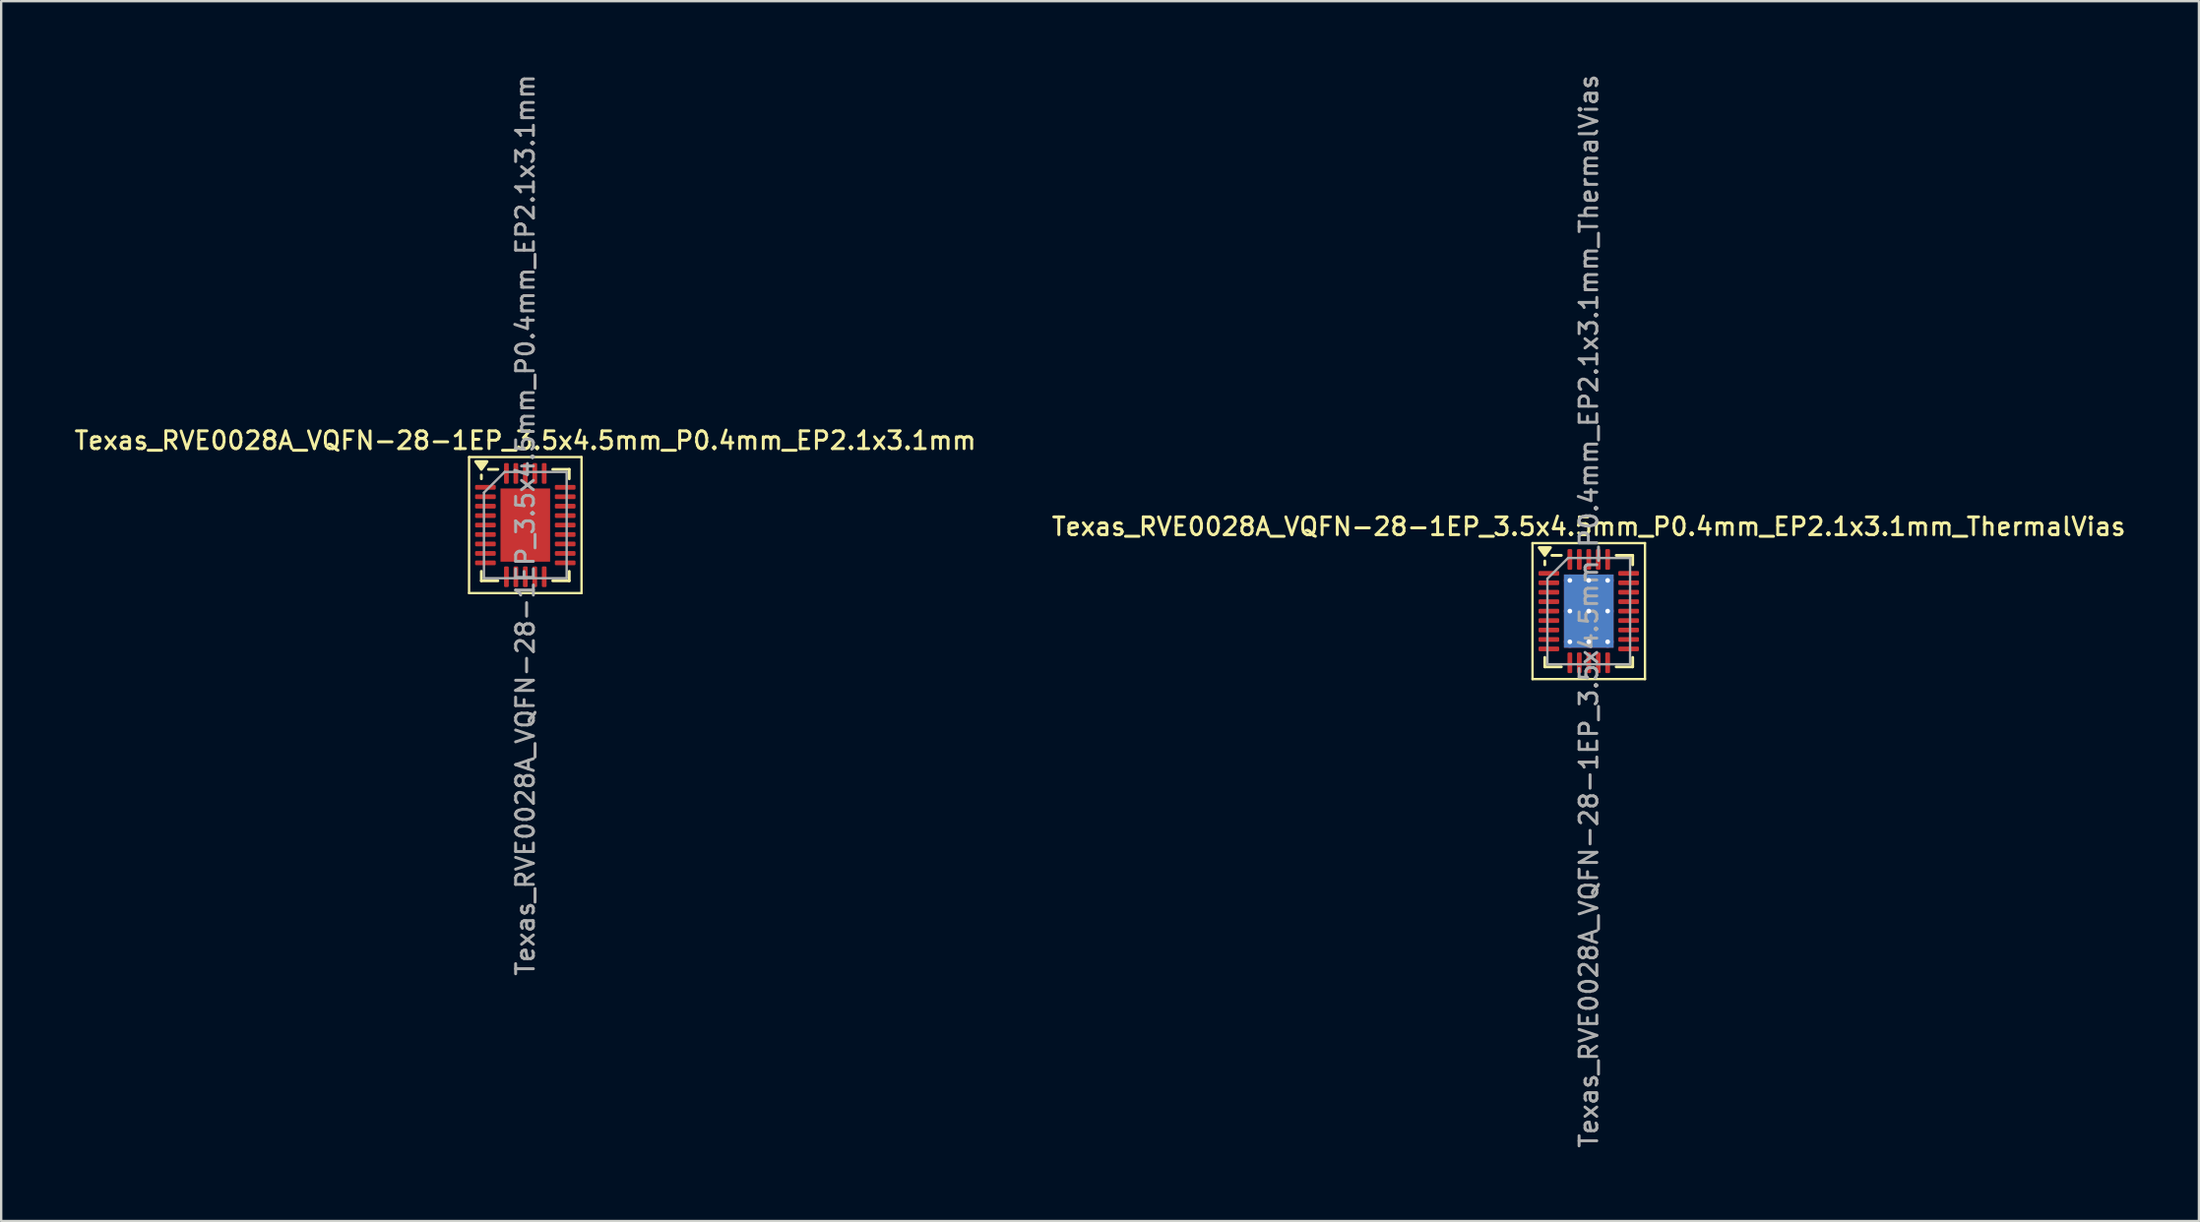
<source format=kicad_pcb>
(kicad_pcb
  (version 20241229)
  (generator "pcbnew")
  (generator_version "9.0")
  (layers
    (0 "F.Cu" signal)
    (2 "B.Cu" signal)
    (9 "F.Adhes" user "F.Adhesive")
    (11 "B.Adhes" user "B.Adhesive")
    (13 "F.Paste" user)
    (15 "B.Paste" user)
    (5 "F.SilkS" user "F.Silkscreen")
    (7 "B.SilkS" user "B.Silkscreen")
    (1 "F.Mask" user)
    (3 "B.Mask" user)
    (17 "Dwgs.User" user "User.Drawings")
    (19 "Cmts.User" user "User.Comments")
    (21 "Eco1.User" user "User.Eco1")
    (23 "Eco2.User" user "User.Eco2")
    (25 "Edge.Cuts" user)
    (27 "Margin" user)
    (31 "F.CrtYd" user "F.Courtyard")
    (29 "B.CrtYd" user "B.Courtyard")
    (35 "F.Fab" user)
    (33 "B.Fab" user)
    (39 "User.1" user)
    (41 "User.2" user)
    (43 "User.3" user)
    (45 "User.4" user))
  (footprint "Texas_RVE0028A_VQFN-28-1EP_3.5x4.5mm_P0.4mm_EP2.1x3.1mm"
    (layer "F.Cu")
    (at 19.184 19.184)
    (property "Reference" "Texas_RVE0028A_VQFN-28-1EP_3.5x4.5mm_P0.4mm_EP2.1x3.1mm" (at 0 -3.58 0) (layer "F.SilkS") (effects (font (size 0.75 0.75) (thickness 0.125))))
    (attr smd)
    (fp_line (start -2.38 -2.88) (end -2.38 2.88) (stroke (width 0.1) (type solid)) (layer "F.SilkS"))
    (fp_line (start -2.38 2.88) (end 2.38 2.88) (stroke (width 0.1) (type solid)) (layer "F.SilkS"))
    (fp_line (start -1.86 -1.96) (end -1.86 -2.12) (stroke (width 0.12) (type solid)) (layer "F.SilkS"))
    (fp_line (start -1.86 2.36) (end -1.86 1.96) (stroke (width 0.12) (type solid)) (layer "F.SilkS"))
    (fp_line (start -1.16 -2.36) (end -1.56 -2.36) (stroke (width 0.12) (type solid)) (layer "F.SilkS"))
    (fp_line (start -1.16 2.36) (end -1.86 2.36) (stroke (width 0.12) (type solid)) (layer "F.SilkS"))
    (fp_line (start 1.16 -2.36) (end 1.86 -2.36) (stroke (width 0.12) (type solid)) (layer "F.SilkS"))
    (fp_line (start 1.16 2.36) (end 1.86 2.36) (stroke (width 0.12) (type solid)) (layer "F.SilkS"))
    (fp_line (start 1.86 -2.36) (end 1.86 -1.96) (stroke (width 0.12) (type solid)) (layer "F.SilkS"))
    (fp_line (start 1.86 2.36) (end 1.86 1.96) (stroke (width 0.12) (type solid)) (layer "F.SilkS"))
    (fp_line (start 2.38 -2.88) (end -2.38 -2.88) (stroke (width 0.1) (type solid)) (layer "F.SilkS"))
    (fp_line (start 2.38 2.88) (end 2.38 -2.88) (stroke (width 0.1) (type solid)) (layer "F.SilkS"))
    (fp_poly (pts (xy -1.86 -2.36) (xy -2.1 -2.69) (xy -1.62 -2.69) (xy -1.86 -2.36)) (stroke (width 0.12) (type solid)) (fill yes) (layer "F.SilkS"))
    (fp_line (start -1.75 -1.375) (end -0.875 -2.25) (stroke (width 0.1) (type solid)) (layer "F.Fab"))
    (fp_line (start -1.75 2.25) (end -1.75 -1.375) (stroke (width 0.1) (type solid)) (layer "F.Fab"))
    (fp_line (start -0.875 -2.25) (end 1.75 -2.25) (stroke (width 0.1) (type solid)) (layer "F.Fab"))
    (fp_line (start 1.75 -2.25) (end 1.75 2.25) (stroke (width 0.1) (type solid)) (layer "F.Fab"))
    (fp_line (start 1.75 2.25) (end -1.75 2.25) (stroke (width 0.1) (type solid)) (layer "F.Fab"))
    (fp_text user "${REFERENCE}" (at 0 0 90) (layer "F.Fab") (effects (font (size 0.75 0.75) (thickness 0.125))))
    (pad "" smd roundrect (at -0.525 -0.775) (size 0.85 1.25) (layers "F.Paste") (roundrect_rratio 0.25))
    (pad "" smd roundrect (at -0.525 0.775) (size 0.85 1.25) (layers "F.Paste") (roundrect_rratio 0.25))
    (pad "" smd roundrect (at 0.525 -0.775) (size 0.85 1.25) (layers "F.Paste") (roundrect_rratio 0.25))
    (pad "" smd roundrect (at 0.525 0.775) (size 0.85 1.25) (layers "F.Paste") (roundrect_rratio 0.25))
    (pad "1" smd roundrect (at -1.688 -1.6) (size 0.875 0.2) (layers "F.Cu" "F.Mask" "F.Paste") (roundrect_rratio 0.25))
    (pad "2" smd roundrect (at -1.688 -1.2) (size 0.875 0.2) (layers "F.Cu" "F.Mask" "F.Paste") (roundrect_rratio 0.25))
    (pad "3" smd roundrect (at -1.688 -0.8) (size 0.875 0.2) (layers "F.Cu" "F.Mask" "F.Paste") (roundrect_rratio 0.25))
    (pad "4" smd roundrect (at -1.688 -0.4) (size 0.875 0.2) (layers "F.Cu" "F.Mask" "F.Paste") (roundrect_rratio 0.25))
    (pad "5" smd roundrect (at -1.688 0) (size 0.875 0.2) (layers "F.Cu" "F.Mask" "F.Paste") (roundrect_rratio 0.25))
    (pad "6" smd roundrect (at -1.688 0.4) (size 0.875 0.2) (layers "F.Cu" "F.Mask" "F.Paste") (roundrect_rratio 0.25))
    (pad "7" smd roundrect (at -1.688 0.8) (size 0.875 0.2) (layers "F.Cu" "F.Mask" "F.Paste") (roundrect_rratio 0.25))
    (pad "8" smd roundrect (at -1.688 1.2) (size 0.875 0.2) (layers "F.Cu" "F.Mask" "F.Paste") (roundrect_rratio 0.25))
    (pad "9" smd roundrect (at -1.688 1.6) (size 0.875 0.2) (layers "F.Cu" "F.Mask" "F.Paste") (roundrect_rratio 0.25))
    (pad "10" smd roundrect (at -0.8 2.188) (size 0.2 0.875) (layers "F.Cu" "F.Mask" "F.Paste") (roundrect_rratio 0.25))
    (pad "11" smd roundrect (at -0.4 2.188) (size 0.2 0.875) (layers "F.Cu" "F.Mask" "F.Paste") (roundrect_rratio 0.25))
    (pad "12" smd roundrect (at 0 2.188) (size 0.2 0.875) (layers "F.Cu" "F.Mask" "F.Paste") (roundrect_rratio 0.25))
    (pad "13" smd roundrect (at 0.4 2.188) (size 0.2 0.875) (layers "F.Cu" "F.Mask" "F.Paste") (roundrect_rratio 0.25))
    (pad "14" smd roundrect (at 0.8 2.188) (size 0.2 0.875) (layers "F.Cu" "F.Mask" "F.Paste") (roundrect_rratio 0.25))
    (pad "15" smd roundrect (at 1.688 1.6) (size 0.875 0.2) (layers "F.Cu" "F.Mask" "F.Paste") (roundrect_rratio 0.25))
    (pad "16" smd roundrect (at 1.688 1.2) (size 0.875 0.2) (layers "F.Cu" "F.Mask" "F.Paste") (roundrect_rratio 0.25))
    (pad "17" smd roundrect (at 1.688 0.8) (size 0.875 0.2) (layers "F.Cu" "F.Mask" "F.Paste") (roundrect_rratio 0.25))
    (pad "18" smd roundrect (at 1.688 0.4) (size 0.875 0.2) (layers "F.Cu" "F.Mask" "F.Paste") (roundrect_rratio 0.25))
    (pad "19" smd roundrect (at 1.688 0) (size 0.875 0.2) (layers "F.Cu" "F.Mask" "F.Paste") (roundrect_rratio 0.25))
    (pad "20" smd roundrect (at 1.688 -0.4) (size 0.875 0.2) (layers "F.Cu" "F.Mask" "F.Paste") (roundrect_rratio 0.25))
    (pad "21" smd roundrect (at 1.688 -0.8) (size 0.875 0.2) (layers "F.Cu" "F.Mask" "F.Paste") (roundrect_rratio 0.25))
    (pad "22" smd roundrect (at 1.688 -1.2) (size 0.875 0.2) (layers "F.Cu" "F.Mask" "F.Paste") (roundrect_rratio 0.25))
    (pad "23" smd roundrect (at 1.688 -1.6) (size 0.875 0.2) (layers "F.Cu" "F.Mask" "F.Paste") (roundrect_rratio 0.25))
    (pad "24" smd roundrect (at 0.8 -2.188) (size 0.2 0.875) (layers "F.Cu" "F.Mask" "F.Paste") (roundrect_rratio 0.25))
    (pad "25" smd roundrect (at 0.4 -2.188) (size 0.2 0.875) (layers "F.Cu" "F.Mask" "F.Paste") (roundrect_rratio 0.25))
    (pad "26" smd roundrect (at 0 -2.188) (size 0.2 0.875) (layers "F.Cu" "F.Mask" "F.Paste") (roundrect_rratio 0.25))
    (pad "27" smd roundrect (at -0.4 -2.188) (size 0.2 0.875) (layers "F.Cu" "F.Mask" "F.Paste") (roundrect_rratio 0.25))
    (pad "28" smd roundrect (at -0.8 -2.188) (size 0.2 0.875) (layers "F.Cu" "F.Mask" "F.Paste") (roundrect_rratio 0.25))
    (pad "29" smd rect (at 0 0) (size 2.1 3.1) (property pad_prop_heatsink) (layers "F.Cu" "F.Mask")))
  (footprint "Texas_RVE0028A_VQFN-28-1EP_3.5x4.5mm_P0.4mm_EP2.1x3.1mm_ThermalVias"
    (layer "F.Cu")
    (at 64.195 22.827)
    (property "Reference" "Texas_RVE0028A_VQFN-28-1EP_3.5x4.5mm_P0.4mm_EP2.1x3.1mm_ThermalVias" (at 0 -3.58 0) (layer "F.SilkS") (effects (font (size 0.75 0.75) (thickness 0.125))))
    (attr smd)
    (fp_line (start -2.38 -2.88) (end -2.38 2.88) (stroke (width 0.1) (type solid)) (layer "F.SilkS"))
    (fp_line (start -2.38 2.88) (end 2.38 2.88) (stroke (width 0.1) (type solid)) (layer "F.SilkS"))
    (fp_line (start -1.86 -1.96) (end -1.86 -2.12) (stroke (width 0.12) (type solid)) (layer "F.SilkS"))
    (fp_line (start -1.86 2.36) (end -1.86 1.96) (stroke (width 0.12) (type solid)) (layer "F.SilkS"))
    (fp_line (start -1.16 -2.36) (end -1.56 -2.36) (stroke (width 0.12) (type solid)) (layer "F.SilkS"))
    (fp_line (start -1.16 2.36) (end -1.86 2.36) (stroke (width 0.12) (type solid)) (layer "F.SilkS"))
    (fp_line (start 1.16 -2.36) (end 1.86 -2.36) (stroke (width 0.12) (type solid)) (layer "F.SilkS"))
    (fp_line (start 1.16 2.36) (end 1.86 2.36) (stroke (width 0.12) (type solid)) (layer "F.SilkS"))
    (fp_line (start 1.86 -2.36) (end 1.86 -1.96) (stroke (width 0.12) (type solid)) (layer "F.SilkS"))
    (fp_line (start 1.86 2.36) (end 1.86 1.96) (stroke (width 0.12) (type solid)) (layer "F.SilkS"))
    (fp_line (start 2.38 -2.88) (end -2.38 -2.88) (stroke (width 0.1) (type solid)) (layer "F.SilkS"))
    (fp_line (start 2.38 2.88) (end 2.38 -2.88) (stroke (width 0.1) (type solid)) (layer "F.SilkS"))
    (fp_poly (pts (xy -1.86 -2.36) (xy -2.1 -2.69) (xy -1.62 -2.69) (xy -1.86 -2.36)) (stroke (width 0.12) (type solid)) (fill yes) (layer "F.SilkS"))
    (fp_line (start -1.75 -1.375) (end -0.875 -2.25) (stroke (width 0.1) (type solid)) (layer "F.Fab"))
    (fp_line (start -1.75 2.25) (end -1.75 -1.375) (stroke (width 0.1) (type solid)) (layer "F.Fab"))
    (fp_line (start -0.875 -2.25) (end 1.75 -2.25) (stroke (width 0.1) (type solid)) (layer "F.Fab"))
    (fp_line (start 1.75 -2.25) (end 1.75 2.25) (stroke (width 0.1) (type solid)) (layer "F.Fab"))
    (fp_line (start 1.75 2.25) (end -1.75 2.25) (stroke (width 0.1) (type solid)) (layer "F.Fab"))
    (fp_text user "${REFERENCE}" (at 0 0 90) (layer "F.Fab") (effects (font (size 0.75 0.75) (thickness 0.125))))
    (pad "" smd roundrect (at -0.525 -0.775) (size 0.88 1.3) (layers "F.Paste") (roundrect_rratio 0.25))
    (pad "" smd roundrect (at -0.525 0.775) (size 0.88 1.3) (layers "F.Paste") (roundrect_rratio 0.25))
    (pad "" smd roundrect (at 0.525 -0.775) (size 0.88 1.3) (layers "F.Paste") (roundrect_rratio 0.25))
    (pad "" smd roundrect (at 0.525 0.775) (size 0.88 1.3) (layers "F.Paste") (roundrect_rratio 0.25))
    (pad "1" smd roundrect (at -1.688 -1.6) (size 0.875 0.2) (layers "F.Cu" "F.Mask" "F.Paste") (roundrect_rratio 0.25))
    (pad "2" smd roundrect (at -1.688 -1.2) (size 0.875 0.2) (layers "F.Cu" "F.Mask" "F.Paste") (roundrect_rratio 0.25))
    (pad "3" smd roundrect (at -1.688 -0.8) (size 0.875 0.2) (layers "F.Cu" "F.Mask" "F.Paste") (roundrect_rratio 0.25))
    (pad "4" smd roundrect (at -1.688 -0.4) (size 0.875 0.2) (layers "F.Cu" "F.Mask" "F.Paste") (roundrect_rratio 0.25))
    (pad "5" smd roundrect (at -1.688 0) (size 0.875 0.2) (layers "F.Cu" "F.Mask" "F.Paste") (roundrect_rratio 0.25))
    (pad "6" smd roundrect (at -1.688 0.4) (size 0.875 0.2) (layers "F.Cu" "F.Mask" "F.Paste") (roundrect_rratio 0.25))
    (pad "7" smd roundrect (at -1.688 0.8) (size 0.875 0.2) (layers "F.Cu" "F.Mask" "F.Paste") (roundrect_rratio 0.25))
    (pad "8" smd roundrect (at -1.688 1.2) (size 0.875 0.2) (layers "F.Cu" "F.Mask" "F.Paste") (roundrect_rratio 0.25))
    (pad "9" smd roundrect (at -1.688 1.6) (size 0.875 0.2) (layers "F.Cu" "F.Mask" "F.Paste") (roundrect_rratio 0.25))
    (pad "10" smd roundrect (at -0.8 2.188) (size 0.2 0.875) (layers "F.Cu" "F.Mask" "F.Paste") (roundrect_rratio 0.25))
    (pad "11" smd roundrect (at -0.4 2.188) (size 0.2 0.875) (layers "F.Cu" "F.Mask" "F.Paste") (roundrect_rratio 0.25))
    (pad "12" smd roundrect (at 0 2.188) (size 0.2 0.875) (layers "F.Cu" "F.Mask" "F.Paste") (roundrect_rratio 0.25))
    (pad "13" smd roundrect (at 0.4 2.188) (size 0.2 0.875) (layers "F.Cu" "F.Mask" "F.Paste") (roundrect_rratio 0.25))
    (pad "14" smd roundrect (at 0.8 2.188) (size 0.2 0.875) (layers "F.Cu" "F.Mask" "F.Paste") (roundrect_rratio 0.25))
    (pad "15" smd roundrect (at 1.688 1.6) (size 0.875 0.2) (layers "F.Cu" "F.Mask" "F.Paste") (roundrect_rratio 0.25))
    (pad "16" smd roundrect (at 1.688 1.2) (size 0.875 0.2) (layers "F.Cu" "F.Mask" "F.Paste") (roundrect_rratio 0.25))
    (pad "17" smd roundrect (at 1.688 0.8) (size 0.875 0.2) (layers "F.Cu" "F.Mask" "F.Paste") (roundrect_rratio 0.25))
    (pad "18" smd roundrect (at 1.688 0.4) (size 0.875 0.2) (layers "F.Cu" "F.Mask" "F.Paste") (roundrect_rratio 0.25))
    (pad "19" smd roundrect (at 1.688 0) (size 0.875 0.2) (layers "F.Cu" "F.Mask" "F.Paste") (roundrect_rratio 0.25))
    (pad "20" smd roundrect (at 1.688 -0.4) (size 0.875 0.2) (layers "F.Cu" "F.Mask" "F.Paste") (roundrect_rratio 0.25))
    (pad "21" smd roundrect (at 1.688 -0.8) (size 0.875 0.2) (layers "F.Cu" "F.Mask" "F.Paste") (roundrect_rratio 0.25))
    (pad "22" smd roundrect (at 1.688 -1.2) (size 0.875 0.2) (layers "F.Cu" "F.Mask" "F.Paste") (roundrect_rratio 0.25))
    (pad "23" smd roundrect (at 1.688 -1.6) (size 0.875 0.2) (layers "F.Cu" "F.Mask" "F.Paste") (roundrect_rratio 0.25))
    (pad "24" smd roundrect (at 0.8 -2.188) (size 0.2 0.875) (layers "F.Cu" "F.Mask" "F.Paste") (roundrect_rratio 0.25))
    (pad "25" smd roundrect (at 0.4 -2.188) (size 0.2 0.875) (layers "F.Cu" "F.Mask" "F.Paste") (roundrect_rratio 0.25))
    (pad "26" smd roundrect (at 0 -2.188) (size 0.2 0.875) (layers "F.Cu" "F.Mask" "F.Paste") (roundrect_rratio 0.25))
    (pad "27" smd roundrect (at -0.4 -2.188) (size 0.2 0.875) (layers "F.Cu" "F.Mask" "F.Paste") (roundrect_rratio 0.25))
    (pad "28" smd roundrect (at -0.8 -2.188) (size 0.2 0.875) (layers "F.Cu" "F.Mask" "F.Paste") (roundrect_rratio 0.25))
    (pad "29" thru_hole circle (at -0.8 -1.3) (size 0.5 0.5) (drill 0.2) (property pad_prop_heatsink) (layers "*.Cu"))
    (pad "29" thru_hole circle (at -0.8 0) (size 0.5 0.5) (drill 0.2) (property pad_prop_heatsink) (layers "*.Cu"))
    (pad "29" thru_hole circle (at -0.8 1.3) (size 0.5 0.5) (drill 0.2) (property pad_prop_heatsink) (layers "*.Cu"))
    (pad "29" thru_hole circle (at 0 -1.3) (size 0.5 0.5) (drill 0.2) (property pad_prop_heatsink) (layers "*.Cu"))
    (pad "29" thru_hole circle (at 0 0) (size 0.5 0.5) (drill 0.2) (property pad_prop_heatsink) (layers "*.Cu"))
    (pad "29" smd rect (at 0 0) (size 2.1 3.1) (property pad_prop_heatsink) (layers "F.Cu" "F.Mask"))
    (pad "29" smd rect (at 0 0) (size 2.1 3.1) (property pad_prop_heatsink) (layers "B.Cu"))
    (pad "29" thru_hole circle (at 0 1.3) (size 0.5 0.5) (drill 0.2) (property pad_prop_heatsink) (layers "*.Cu"))
    (pad "29" thru_hole circle (at 0.8 -1.3) (size 0.5 0.5) (drill 0.2) (property pad_prop_heatsink) (layers "*.Cu"))
    (pad "29" thru_hole circle (at 0.8 0) (size 0.5 0.5) (drill 0.2) (property pad_prop_heatsink) (layers "*.Cu"))
    (pad "29" thru_hole circle (at 0.8 1.3) (size 0.5 0.5) (drill 0.2) (property pad_prop_heatsink) (layers "*.Cu")))
  (gr_rect
    (start -3 -3)
    (end 90.021 48.654)
    (stroke (width 0.1) (type default))
    (fill no)
    (layer "Edge.Cuts")))
</source>
